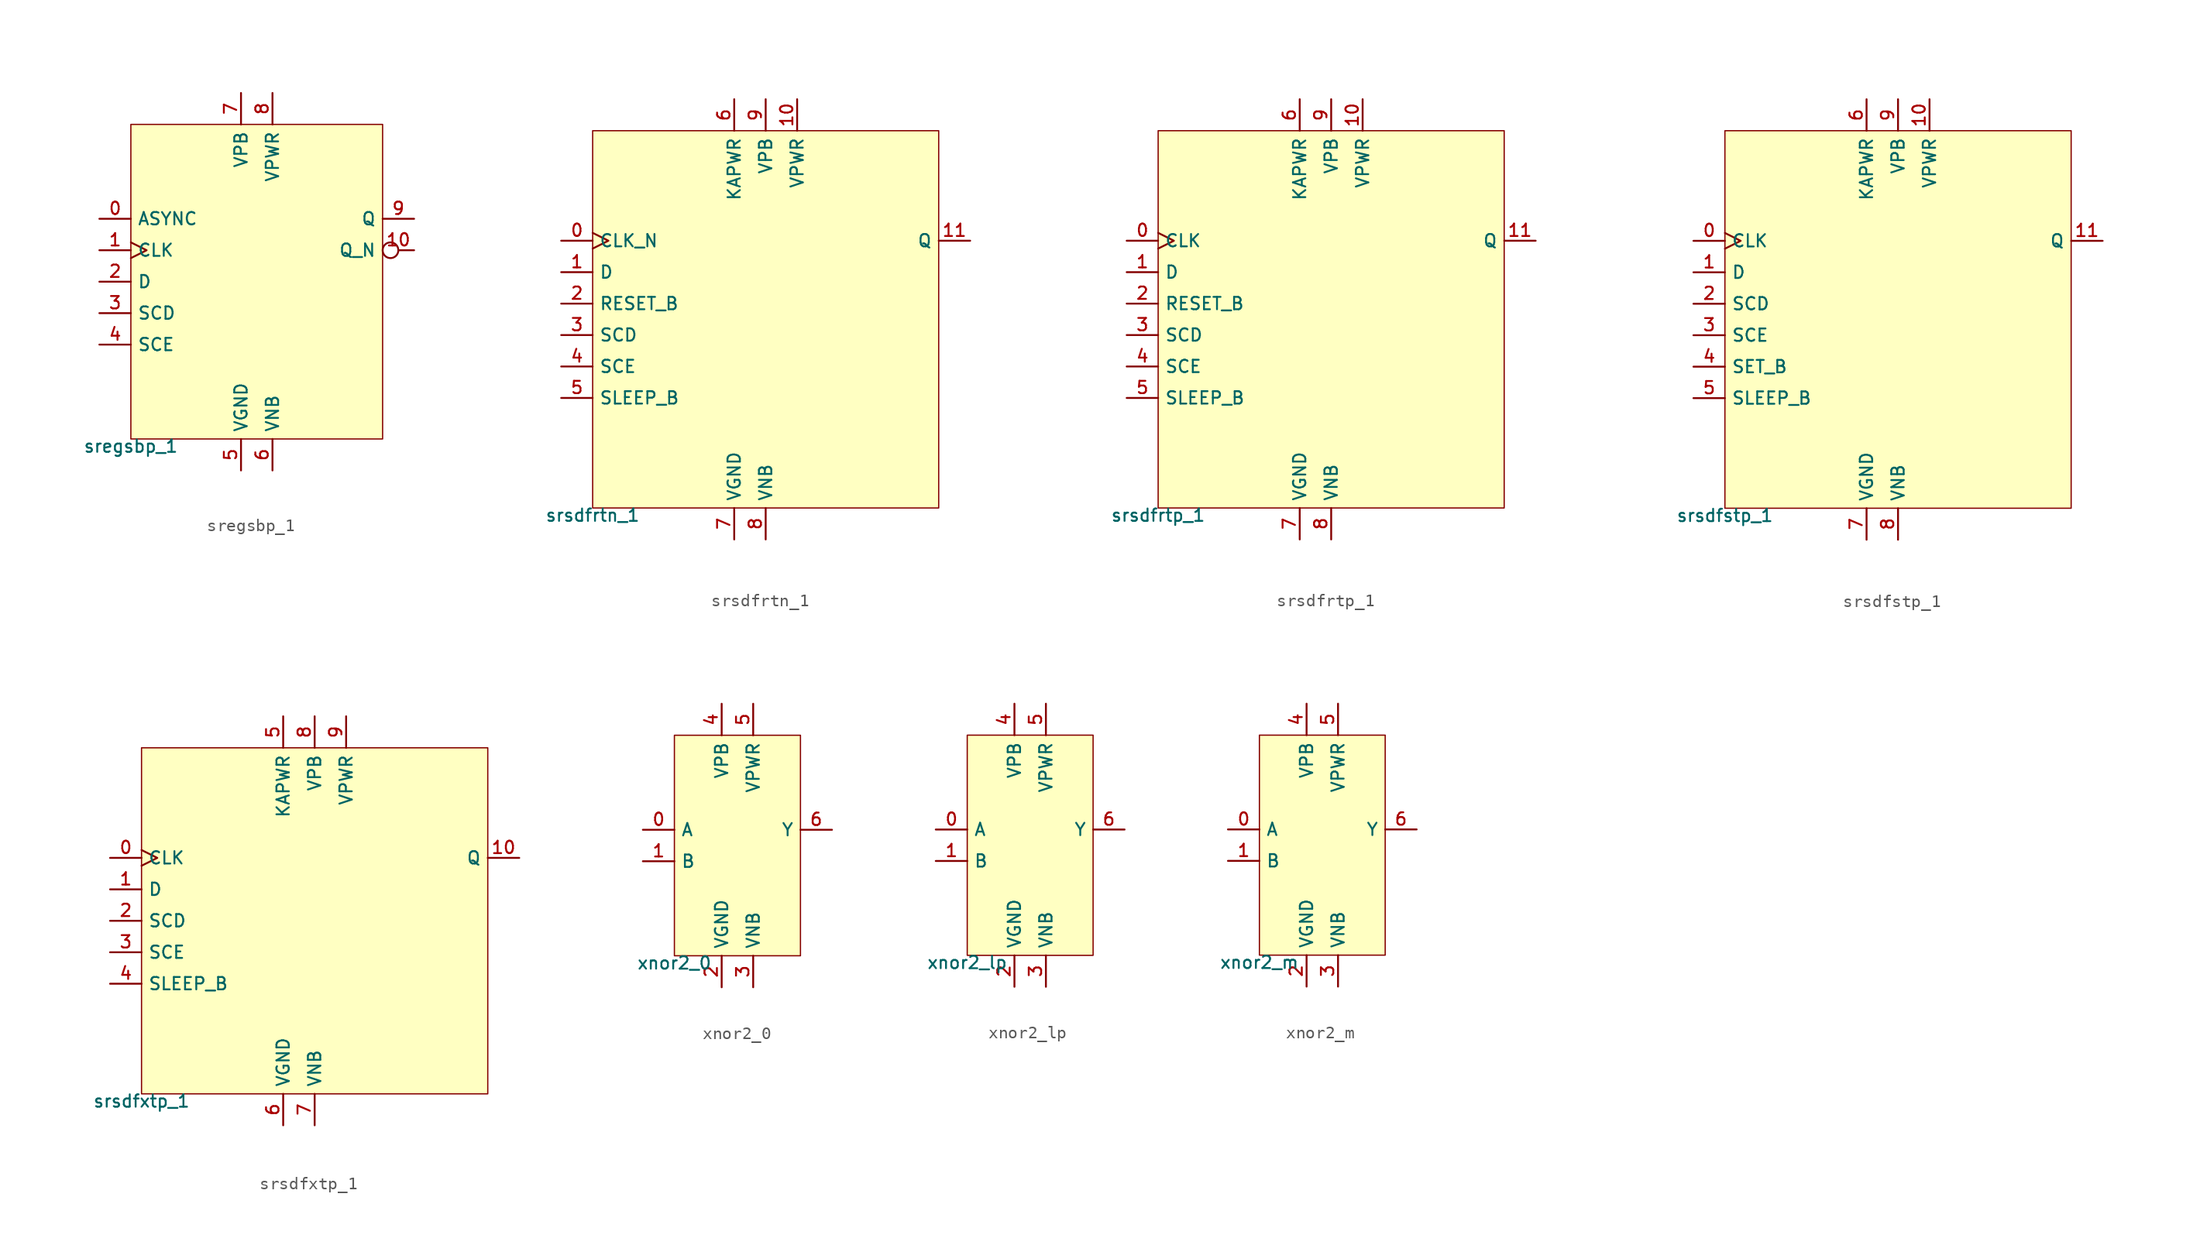
<source format=kicad_sym>
(kicad_symbol_lib
  (version 20211014)
  (generator pdk2kicad)
  (symbol "sregsbp_1"
    (property "Reference" "X"
      (at 0 0 0)
      (effects (font (size 1 1)) hide))
    (property "Value" "sregsbp_1"
      (at -10.16 -12.7 0)
      (effects (font (size 1 1)) (justify top)))
    (rectangle
      (start -10.16 -12.7)
      (end 10.16 12.7)
      (stroke (width 0.1) (type solid) (color 0 0 0 0))
      (fill (type background)))
    (pin input line
      (at -12.7 5.08 0)
      (length 2.54)
      (name "ASYNC" (effects (font (size 1 1)) hide))
      (number "0" (effects (font (size 1 1)) hide)))
    (pin input clock
      (at -12.7 2.54 0)
      (length 2.54)
      (name "CLK" (effects (font (size 1 1)) hide))
      (number "1" (effects (font (size 1 1)) hide)))
    (pin input line
      (at -12.7 -8.881784197001252e-16 0)
      (length 2.54)
      (name "D" (effects (font (size 1 1)) hide))
      (number "2" (effects (font (size 1 1)) hide)))
    (pin input line
      (at -12.7 -2.54 0)
      (length 2.54)
      (name "SCD" (effects (font (size 1 1)) hide))
      (number "3" (effects (font (size 1 1)) hide)))
    (pin input line
      (at -12.7 -5.08 0)
      (length 2.54)
      (name "SCE" (effects (font (size 1 1)) hide))
      (number "4" (effects (font (size 1 1)) hide)))
    (pin power_in line
      (at -1.27 -15.24 90)
      (length 2.54)
      (name "VGND" (effects (font (size 1 1)) hide))
      (number "5" (effects (font (size 1 1)) hide)))
    (pin power_in line
      (at 1.27 -15.24 90)
      (length 2.54)
      (name "VNB" (effects (font (size 1 1)) hide))
      (number "6" (effects (font (size 1 1)) hide)))
    (pin power_in line
      (at -1.27 15.24 270)
      (length 2.54)
      (name "VPB" (effects (font (size 1 1)) hide))
      (number "7" (effects (font (size 1 1)) hide)))
    (pin power_in line
      (at 1.27 15.24 270)
      (length 2.54)
      (name "VPWR" (effects (font (size 1 1)) hide))
      (number "8" (effects (font (size 1 1)) hide)))
    (pin output line
      (at 12.7 5.08 180)
      (length 2.54)
      (name "Q" (effects (font (size 1 1)) hide))
      (number "9" (effects (font (size 1 1)) hide)))
    (pin output inverted
      (at 12.7 2.54 180)
      (length 2.54)
      (name "Q_N" (effects (font (size 1 1)) hide))
      (number "10" (effects (font (size 1 1)) hide))))
  (symbol "srsdfrtn_1"
    (property "Reference" "X"
      (at 0 0 0)
      (effects (font (size 1 1)) hide))
    (property "Value" "srsdfrtn_1"
      (at -13.97 -15.24 0)
      (effects (font (size 1 1)) (justify top)))
    (rectangle
      (start -13.97 -15.24)
      (end 13.97 15.24)
      (stroke (width 0.1) (type solid) (color 0 0 0 0))
      (fill (type background)))
    (pin input clock
      (at -16.51 6.35 0)
      (length 2.54)
      (name "CLK_N" (effects (font (size 1 1)) hide))
      (number "0" (effects (font (size 1 1)) hide)))
    (pin input line
      (at -16.51 3.81 0)
      (length 2.54)
      (name "D" (effects (font (size 1 1)) hide))
      (number "1" (effects (font (size 1 1)) hide)))
    (pin input line
      (at -16.51 1.27 0)
      (length 2.54)
      (name "RESET_B" (effects (font (size 1 1)) hide))
      (number "2" (effects (font (size 1 1)) hide)))
    (pin input line
      (at -16.51 -1.27 0)
      (length 2.54)
      (name "SCD" (effects (font (size 1 1)) hide))
      (number "3" (effects (font (size 1 1)) hide)))
    (pin input line
      (at -16.51 -3.81 0)
      (length 2.54)
      (name "SCE" (effects (font (size 1 1)) hide))
      (number "4" (effects (font (size 1 1)) hide)))
    (pin input line
      (at -16.51 -6.35 0)
      (length 2.54)
      (name "SLEEP_B" (effects (font (size 1 1)) hide))
      (number "5" (effects (font (size 1 1)) hide)))
    (pin power_in line
      (at -2.54 17.78 270)
      (length 2.54)
      (name "KAPWR" (effects (font (size 1 1)) hide))
      (number "6" (effects (font (size 1 1)) hide)))
    (pin power_in line
      (at -2.54 -17.78 90)
      (length 2.54)
      (name "VGND" (effects (font (size 1 1)) hide))
      (number "7" (effects (font (size 1 1)) hide)))
    (pin power_in line
      (at 0.0 -17.78 90)
      (length 2.54)
      (name "VNB" (effects (font (size 1 1)) hide))
      (number "8" (effects (font (size 1 1)) hide)))
    (pin power_in line
      (at 0.0 17.78 270)
      (length 2.54)
      (name "VPB" (effects (font (size 1 1)) hide))
      (number "9" (effects (font (size 1 1)) hide)))
    (pin power_in line
      (at 2.54 17.78 270)
      (length 2.54)
      (name "VPWR" (effects (font (size 1 1)) hide))
      (number "10" (effects (font (size 1 1)) hide)))
    (pin output line
      (at 16.51 6.35 180)
      (length 2.54)
      (name "Q" (effects (font (size 1 1)) hide))
      (number "11" (effects (font (size 1 1)) hide))))
  (symbol "srsdfrtp_1"
    (property "Reference" "X"
      (at 0 0 0)
      (effects (font (size 1 1)) hide))
    (property "Value" "srsdfrtp_1"
      (at -13.97 -15.24 0)
      (effects (font (size 1 1)) (justify top)))
    (rectangle
      (start -13.97 -15.24)
      (end 13.97 15.24)
      (stroke (width 0.1) (type solid) (color 0 0 0 0))
      (fill (type background)))
    (pin input clock
      (at -16.51 6.35 0)
      (length 2.54)
      (name "CLK" (effects (font (size 1 1)) hide))
      (number "0" (effects (font (size 1 1)) hide)))
    (pin input line
      (at -16.51 3.81 0)
      (length 2.54)
      (name "D" (effects (font (size 1 1)) hide))
      (number "1" (effects (font (size 1 1)) hide)))
    (pin input line
      (at -16.51 1.27 0)
      (length 2.54)
      (name "RESET_B" (effects (font (size 1 1)) hide))
      (number "2" (effects (font (size 1 1)) hide)))
    (pin input line
      (at -16.51 -1.27 0)
      (length 2.54)
      (name "SCD" (effects (font (size 1 1)) hide))
      (number "3" (effects (font (size 1 1)) hide)))
    (pin input line
      (at -16.51 -3.81 0)
      (length 2.54)
      (name "SCE" (effects (font (size 1 1)) hide))
      (number "4" (effects (font (size 1 1)) hide)))
    (pin input line
      (at -16.51 -6.35 0)
      (length 2.54)
      (name "SLEEP_B" (effects (font (size 1 1)) hide))
      (number "5" (effects (font (size 1 1)) hide)))
    (pin power_in line
      (at -2.54 17.78 270)
      (length 2.54)
      (name "KAPWR" (effects (font (size 1 1)) hide))
      (number "6" (effects (font (size 1 1)) hide)))
    (pin power_in line
      (at -2.54 -17.78 90)
      (length 2.54)
      (name "VGND" (effects (font (size 1 1)) hide))
      (number "7" (effects (font (size 1 1)) hide)))
    (pin power_in line
      (at 0.0 -17.78 90)
      (length 2.54)
      (name "VNB" (effects (font (size 1 1)) hide))
      (number "8" (effects (font (size 1 1)) hide)))
    (pin power_in line
      (at 0.0 17.78 270)
      (length 2.54)
      (name "VPB" (effects (font (size 1 1)) hide))
      (number "9" (effects (font (size 1 1)) hide)))
    (pin power_in line
      (at 2.54 17.78 270)
      (length 2.54)
      (name "VPWR" (effects (font (size 1 1)) hide))
      (number "10" (effects (font (size 1 1)) hide)))
    (pin output line
      (at 16.51 6.35 180)
      (length 2.54)
      (name "Q" (effects (font (size 1 1)) hide))
      (number "11" (effects (font (size 1 1)) hide))))
  (symbol "srsdfstp_1"
    (property "Reference" "X"
      (at 0 0 0)
      (effects (font (size 1 1)) hide))
    (property "Value" "srsdfstp_1"
      (at -13.97 -15.24 0)
      (effects (font (size 1 1)) (justify top)))
    (rectangle
      (start -13.97 -15.24)
      (end 13.97 15.24)
      (stroke (width 0.1) (type solid) (color 0 0 0 0))
      (fill (type background)))
    (pin input clock
      (at -16.51 6.35 0)
      (length 2.54)
      (name "CLK" (effects (font (size 1 1)) hide))
      (number "0" (effects (font (size 1 1)) hide)))
    (pin input line
      (at -16.51 3.81 0)
      (length 2.54)
      (name "D" (effects (font (size 1 1)) hide))
      (number "1" (effects (font (size 1 1)) hide)))
    (pin input line
      (at -16.51 1.27 0)
      (length 2.54)
      (name "SCD" (effects (font (size 1 1)) hide))
      (number "2" (effects (font (size 1 1)) hide)))
    (pin input line
      (at -16.51 -1.27 0)
      (length 2.54)
      (name "SCE" (effects (font (size 1 1)) hide))
      (number "3" (effects (font (size 1 1)) hide)))
    (pin input line
      (at -16.51 -3.81 0)
      (length 2.54)
      (name "SET_B" (effects (font (size 1 1)) hide))
      (number "4" (effects (font (size 1 1)) hide)))
    (pin input line
      (at -16.51 -6.35 0)
      (length 2.54)
      (name "SLEEP_B" (effects (font (size 1 1)) hide))
      (number "5" (effects (font (size 1 1)) hide)))
    (pin power_in line
      (at -2.54 17.78 270)
      (length 2.54)
      (name "KAPWR" (effects (font (size 1 1)) hide))
      (number "6" (effects (font (size 1 1)) hide)))
    (pin power_in line
      (at -2.54 -17.78 90)
      (length 2.54)
      (name "VGND" (effects (font (size 1 1)) hide))
      (number "7" (effects (font (size 1 1)) hide)))
    (pin power_in line
      (at 0.0 -17.78 90)
      (length 2.54)
      (name "VNB" (effects (font (size 1 1)) hide))
      (number "8" (effects (font (size 1 1)) hide)))
    (pin power_in line
      (at 0.0 17.78 270)
      (length 2.54)
      (name "VPB" (effects (font (size 1 1)) hide))
      (number "9" (effects (font (size 1 1)) hide)))
    (pin power_in line
      (at 2.54 17.78 270)
      (length 2.54)
      (name "VPWR" (effects (font (size 1 1)) hide))
      (number "10" (effects (font (size 1 1)) hide)))
    (pin output line
      (at 16.51 6.35 180)
      (length 2.54)
      (name "Q" (effects (font (size 1 1)) hide))
      (number "11" (effects (font (size 1 1)) hide))))
  (symbol "srsdfxtp_1"
    (property "Reference" "X"
      (at 0 0 0)
      (effects (font (size 1 1)) hide))
    (property "Value" "srsdfxtp_1"
      (at -13.97 -13.97 0)
      (effects (font (size 1 1)) (justify top)))
    (rectangle
      (start -13.97 -13.97)
      (end 13.97 13.97)
      (stroke (width 0.1) (type solid) (color 0 0 0 0))
      (fill (type background)))
    (pin input clock
      (at -16.51 5.08 0)
      (length 2.54)
      (name "CLK" (effects (font (size 1 1)) hide))
      (number "0" (effects (font (size 1 1)) hide)))
    (pin input line
      (at -16.51 2.54 0)
      (length 2.54)
      (name "D" (effects (font (size 1 1)) hide))
      (number "1" (effects (font (size 1 1)) hide)))
    (pin input line
      (at -16.51 -8.881784197001252e-16 0)
      (length 2.54)
      (name "SCD" (effects (font (size 1 1)) hide))
      (number "2" (effects (font (size 1 1)) hide)))
    (pin input line
      (at -16.51 -2.54 0)
      (length 2.54)
      (name "SCE" (effects (font (size 1 1)) hide))
      (number "3" (effects (font (size 1 1)) hide)))
    (pin input line
      (at -16.51 -5.08 0)
      (length 2.54)
      (name "SLEEP_B" (effects (font (size 1 1)) hide))
      (number "4" (effects (font (size 1 1)) hide)))
    (pin power_in line
      (at -2.54 16.51 270)
      (length 2.54)
      (name "KAPWR" (effects (font (size 1 1)) hide))
      (number "5" (effects (font (size 1 1)) hide)))
    (pin power_in line
      (at -2.54 -16.51 90)
      (length 2.54)
      (name "VGND" (effects (font (size 1 1)) hide))
      (number "6" (effects (font (size 1 1)) hide)))
    (pin power_in line
      (at 0.0 -16.51 90)
      (length 2.54)
      (name "VNB" (effects (font (size 1 1)) hide))
      (number "7" (effects (font (size 1 1)) hide)))
    (pin power_in line
      (at 0.0 16.51 270)
      (length 2.54)
      (name "VPB" (effects (font (size 1 1)) hide))
      (number "8" (effects (font (size 1 1)) hide)))
    (pin power_in line
      (at 2.54 16.51 270)
      (length 2.54)
      (name "VPWR" (effects (font (size 1 1)) hide))
      (number "9" (effects (font (size 1 1)) hide)))
    (pin output line
      (at 16.51 5.08 180)
      (length 2.54)
      (name "Q" (effects (font (size 1 1)) hide))
      (number "10" (effects (font (size 1 1)) hide))))
  (symbol "xnor2_0"
    (property "Reference" "X"
      (at 0 0 0)
      (effects (font (size 1 1)) hide))
    (property "Value" "xnor2_0"
      (at -5.08 -8.89 0)
      (effects (font (size 1 1)) (justify top)))
    (rectangle
      (start -5.08 -8.89)
      (end 5.08 8.89)
      (stroke (width 0.1) (type solid) (color 0 0 0 0))
      (fill (type background)))
    (pin input line
      (at -7.62 1.27 0)
      (length 2.54)
      (name "A" (effects (font (size 1 1)) hide))
      (number "0" (effects (font (size 1 1)) hide)))
    (pin input line
      (at -7.62 -1.27 0)
      (length 2.54)
      (name "B" (effects (font (size 1 1)) hide))
      (number "1" (effects (font (size 1 1)) hide)))
    (pin power_in line
      (at -1.27 -11.43 90)
      (length 2.54)
      (name "VGND" (effects (font (size 1 1)) hide))
      (number "2" (effects (font (size 1 1)) hide)))
    (pin power_in line
      (at 1.27 -11.43 90)
      (length 2.54)
      (name "VNB" (effects (font (size 1 1)) hide))
      (number "3" (effects (font (size 1 1)) hide)))
    (pin power_in line
      (at -1.27 11.43 270)
      (length 2.54)
      (name "VPB" (effects (font (size 1 1)) hide))
      (number "4" (effects (font (size 1 1)) hide)))
    (pin power_in line
      (at 1.27 11.43 270)
      (length 2.54)
      (name "VPWR" (effects (font (size 1 1)) hide))
      (number "5" (effects (font (size 1 1)) hide)))
    (pin output line
      (at 7.62 1.27 180)
      (length 2.54)
      (name "Y" (effects (font (size 1 1)) hide))
      (number "6" (effects (font (size 1 1)) hide))))
  (symbol "xnor2_lp"
    (property "Reference" "X"
      (at 0 0 0)
      (effects (font (size 1 1)) hide))
    (property "Value" "xnor2_lp"
      (at -5.08 -8.89 0)
      (effects (font (size 1 1)) (justify top)))
    (rectangle
      (start -5.08 -8.89)
      (end 5.08 8.89)
      (stroke (width 0.1) (type solid) (color 0 0 0 0))
      (fill (type background)))
    (pin input line
      (at -7.62 1.27 0)
      (length 2.54)
      (name "A" (effects (font (size 1 1)) hide))
      (number "0" (effects (font (size 1 1)) hide)))
    (pin input line
      (at -7.62 -1.27 0)
      (length 2.54)
      (name "B" (effects (font (size 1 1)) hide))
      (number "1" (effects (font (size 1 1)) hide)))
    (pin power_in line
      (at -1.27 -11.43 90)
      (length 2.54)
      (name "VGND" (effects (font (size 1 1)) hide))
      (number "2" (effects (font (size 1 1)) hide)))
    (pin power_in line
      (at 1.27 -11.43 90)
      (length 2.54)
      (name "VNB" (effects (font (size 1 1)) hide))
      (number "3" (effects (font (size 1 1)) hide)))
    (pin power_in line
      (at -1.27 11.43 270)
      (length 2.54)
      (name "VPB" (effects (font (size 1 1)) hide))
      (number "4" (effects (font (size 1 1)) hide)))
    (pin power_in line
      (at 1.27 11.43 270)
      (length 2.54)
      (name "VPWR" (effects (font (size 1 1)) hide))
      (number "5" (effects (font (size 1 1)) hide)))
    (pin output line
      (at 7.62 1.27 180)
      (length 2.54)
      (name "Y" (effects (font (size 1 1)) hide))
      (number "6" (effects (font (size 1 1)) hide))))
  (symbol "xnor2_m"
    (property "Reference" "X"
      (at 0 0 0)
      (effects (font (size 1 1)) hide))
    (property "Value" "xnor2_m"
      (at -5.08 -8.89 0)
      (effects (font (size 1 1)) (justify top)))
    (rectangle
      (start -5.08 -8.89)
      (end 5.08 8.89)
      (stroke (width 0.1) (type solid) (color 0 0 0 0))
      (fill (type background)))
    (pin input line
      (at -7.62 1.27 0)
      (length 2.54)
      (name "A" (effects (font (size 1 1)) hide))
      (number "0" (effects (font (size 1 1)) hide)))
    (pin input line
      (at -7.62 -1.27 0)
      (length 2.54)
      (name "B" (effects (font (size 1 1)) hide))
      (number "1" (effects (font (size 1 1)) hide)))
    (pin power_in line
      (at -1.27 -11.43 90)
      (length 2.54)
      (name "VGND" (effects (font (size 1 1)) hide))
      (number "2" (effects (font (size 1 1)) hide)))
    (pin power_in line
      (at 1.27 -11.43 90)
      (length 2.54)
      (name "VNB" (effects (font (size 1 1)) hide))
      (number "3" (effects (font (size 1 1)) hide)))
    (pin power_in line
      (at -1.27 11.43 270)
      (length 2.54)
      (name "VPB" (effects (font (size 1 1)) hide))
      (number "4" (effects (font (size 1 1)) hide)))
    (pin power_in line
      (at 1.27 11.43 270)
      (length 2.54)
      (name "VPWR" (effects (font (size 1 1)) hide))
      (number "5" (effects (font (size 1 1)) hide)))
    (pin output line
      (at 7.62 1.27 180)
      (length 2.54)
      (name "Y" (effects (font (size 1 1)) hide))
      (number "6" (effects (font (size 1 1)) hide)))))
</source>
